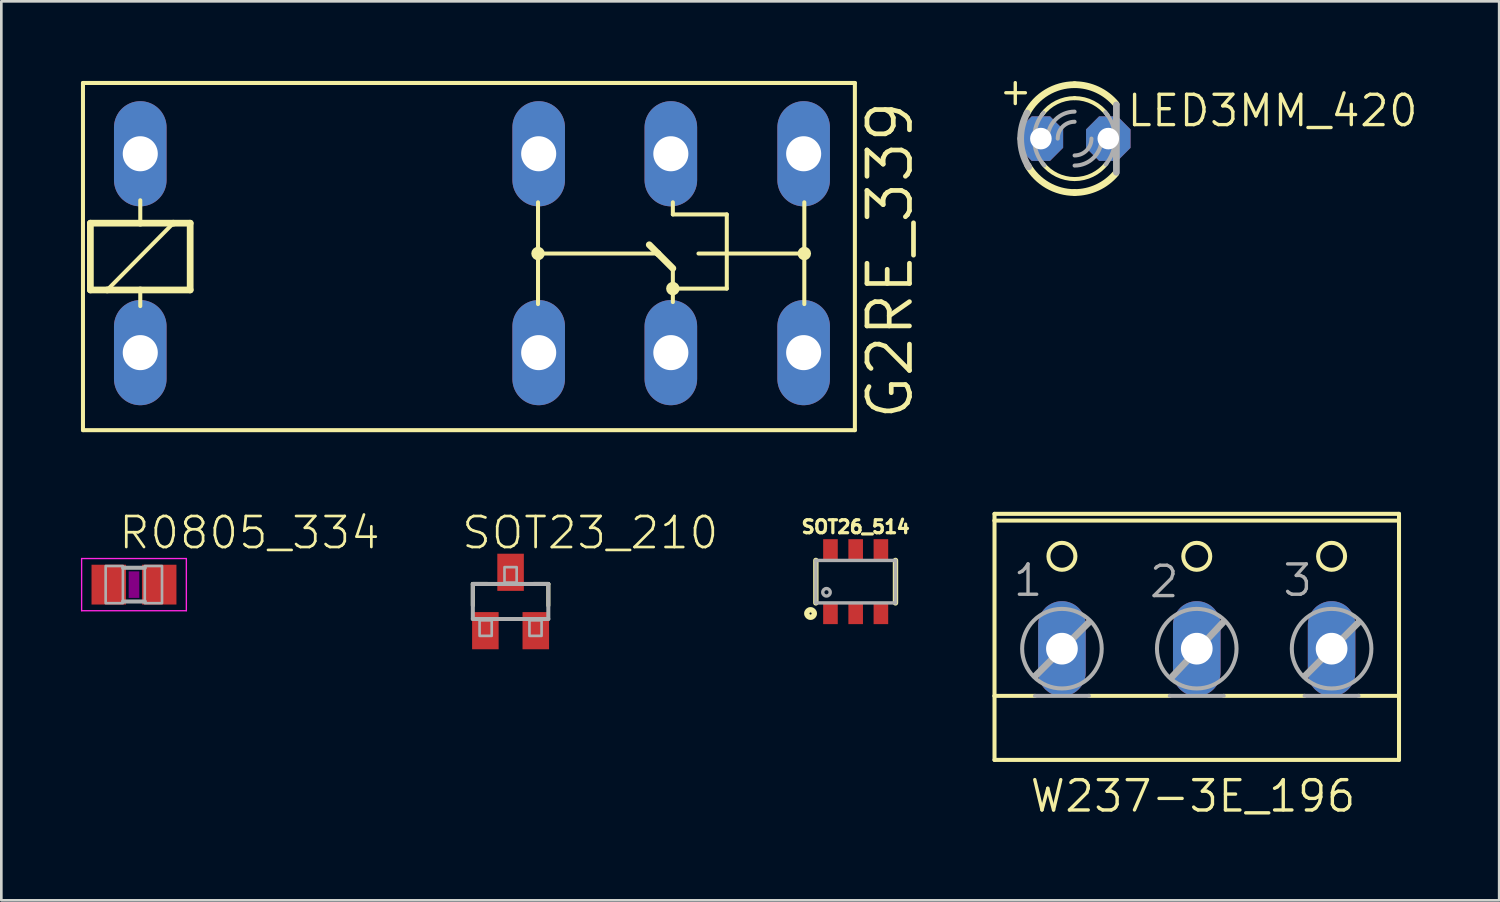
<source format=kicad_pcb>
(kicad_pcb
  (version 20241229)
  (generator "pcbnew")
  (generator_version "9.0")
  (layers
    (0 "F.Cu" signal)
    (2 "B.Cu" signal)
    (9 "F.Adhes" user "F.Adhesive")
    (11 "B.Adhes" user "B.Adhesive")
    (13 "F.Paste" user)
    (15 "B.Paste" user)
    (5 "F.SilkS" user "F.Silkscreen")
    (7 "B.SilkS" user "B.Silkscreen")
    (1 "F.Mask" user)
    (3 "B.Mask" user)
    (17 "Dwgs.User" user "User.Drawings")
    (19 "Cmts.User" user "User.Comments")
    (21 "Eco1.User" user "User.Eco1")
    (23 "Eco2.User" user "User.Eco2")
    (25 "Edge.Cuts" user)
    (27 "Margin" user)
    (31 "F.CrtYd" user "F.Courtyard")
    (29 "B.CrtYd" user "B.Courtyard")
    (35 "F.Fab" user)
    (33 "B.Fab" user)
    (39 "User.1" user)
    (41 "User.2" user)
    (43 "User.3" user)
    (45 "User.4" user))
  (footprint "R0805_334"
    (layer "F.Cu")
    (at 1.998 18.977)
    (property "Reference" "R0805_334" (at -0.635 -1.27 0) (unlocked yes) (layer "F.SilkS") (effects (font (size 1.168 1.168) (thickness 0.102)) (justify left bottom)))
    (fp_poly (pts (xy -0.2 0.5) (xy 0.2 0.5) (xy 0.2 -0.5) (xy -0.2 -0.5)) (stroke (width 0) (type default)) (fill yes) (layer "F.Adhes"))
    (fp_line (start -1.973 -0.983) (end 1.973 -0.983) (stroke (width 0.051) (type solid)) (layer "F.CrtYd"))
    (fp_line (start -1.973 0.983) (end -1.973 -0.983) (stroke (width 0.051) (type solid)) (layer "F.CrtYd"))
    (fp_line (start 1.973 -0.983) (end 1.973 0.983) (stroke (width 0.051) (type solid)) (layer "F.CrtYd"))
    (fp_line (start 1.973 0.983) (end -1.973 0.983) (stroke (width 0.051) (type solid)) (layer "F.CrtYd"))
    (fp_line (start -0.41 -0.635) (end 0.41 -0.635) (stroke (width 0.152) (type solid)) (layer "F.Fab"))
    (fp_line (start -0.41 0.635) (end 0.41 0.635) (stroke (width 0.152) (type solid)) (layer "F.Fab"))
    (fp_poly (pts (xy -1.067 0.699) (xy -0.417 0.699) (xy -0.417 -0.702) (xy -1.067 -0.702)) (stroke (width 0.1) (type default)) (fill no) (layer "F.Fab"))
    (fp_poly (pts (xy 0.406 0.699) (xy 1.056 0.699) (xy 1.056 -0.702) (xy 0.406 -0.702)) (stroke (width 0.1) (type default)) (fill no) (layer "F.Fab"))
    (pad "1" smd rect (at -0.95 0) (size 1.3 1.5) (layers "F.Cu" "F.Mask" "F.Paste"))
    (pad "2" smd rect (at 0.95 0) (size 1.3 1.5) (layers "F.Cu" "F.Mask" "F.Paste")))
  (footprint "G2RE_339"
    (layer "F.Cu")
    (at 4.775 6.553)
    (property "Reference" "G2RE_339" (at 26.645 6.299 90) (unlocked yes) (layer "F.SilkS") (effects (font (size 1.6 1.6) (thickness 0.178)) (justify left bottom)))
    (fp_line (start -4.699 6.604) (end -4.699 -6.477) (stroke (width 0.152) (type solid)) (layer "F.SilkS"))
    (fp_line (start -4.699 6.604) (end 24.384 6.604) (stroke (width 0.152) (type solid)) (layer "F.SilkS"))
    (fp_line (start -4.42 -1.194) (end -2.54 -1.194) (stroke (width 0.254) (type solid)) (layer "F.SilkS"))
    (fp_line (start -4.42 1.321) (end -4.42 -1.194) (stroke (width 0.254) (type solid)) (layer "F.SilkS"))
    (fp_line (start -3.785 1.321) (end -4.42 1.321) (stroke (width 0.254) (type solid)) (layer "F.SilkS"))
    (fp_line (start -2.54 -2.057) (end -2.54 -1.194) (stroke (width 0.152) (type solid)) (layer "F.SilkS"))
    (fp_line (start -2.54 -1.194) (end -1.295 -1.194) (stroke (width 0.254) (type solid)) (layer "F.SilkS"))
    (fp_line (start -2.54 1.321) (end -3.785 1.321) (stroke (width 0.254) (type solid)) (layer "F.SilkS"))
    (fp_line (start -2.54 1.321) (end -2.54 1.93) (stroke (width 0.152) (type solid)) (layer "F.SilkS"))
    (fp_line (start -1.295 -1.194) (end -3.785 1.321) (stroke (width 0.152) (type solid)) (layer "F.SilkS"))
    (fp_line (start -1.295 -1.194) (end -0.66 -1.194) (stroke (width 0.254) (type solid)) (layer "F.SilkS"))
    (fp_line (start -0.66 -1.194) (end -0.66 1.321) (stroke (width 0.254) (type solid)) (layer "F.SilkS"))
    (fp_line (start -0.66 1.321) (end -2.54 1.321) (stroke (width 0.254) (type solid)) (layer "F.SilkS"))
    (fp_line (start 12.446 -0.051) (end 12.446 -1.981) (stroke (width 0.152) (type solid)) (layer "F.SilkS"))
    (fp_line (start 12.446 -0.051) (end 12.446 1.854) (stroke (width 0.152) (type solid)) (layer "F.SilkS"))
    (fp_line (start 16.637 -0.381) (end 16.967 -0.051) (stroke (width 0.254) (type solid)) (layer "F.SilkS"))
    (fp_line (start 16.967 -0.051) (end 12.446 -0.051) (stroke (width 0.152) (type solid)) (layer "F.SilkS"))
    (fp_line (start 16.967 -0.051) (end 17.526 0.508) (stroke (width 0.254) (type solid)) (layer "F.SilkS"))
    (fp_line (start 17.526 -1.524) (end 17.526 -1.981) (stroke (width 0.152) (type solid)) (layer "F.SilkS"))
    (fp_line (start 17.526 -1.524) (end 19.558 -1.524) (stroke (width 0.152) (type solid)) (layer "F.SilkS"))
    (fp_line (start 17.526 1.27) (end 17.526 0.508) (stroke (width 0.152) (type solid)) (layer "F.SilkS"))
    (fp_line (start 17.526 1.778) (end 17.526 1.27) (stroke (width 0.152) (type solid)) (layer "F.SilkS"))
    (fp_line (start 18.491 -0.051) (end 22.479 -0.051) (stroke (width 0.152) (type solid)) (layer "F.SilkS"))
    (fp_line (start 19.558 1.27) (end 17.526 1.27) (stroke (width 0.152) (type solid)) (layer "F.SilkS"))
    (fp_line (start 19.558 1.27) (end 19.558 -1.524) (stroke (width 0.152) (type solid)) (layer "F.SilkS"))
    (fp_line (start 22.479 -0.051) (end 22.479 -1.981) (stroke (width 0.152) (type solid)) (layer "F.SilkS"))
    (fp_line (start 22.479 -0.051) (end 22.479 1.854) (stroke (width 0.152) (type solid)) (layer "F.SilkS"))
    (fp_line (start 24.384 -6.477) (end -4.699 -6.477) (stroke (width 0.152) (type solid)) (layer "F.SilkS"))
    (fp_line (start 24.384 -6.477) (end 24.384 6.604) (stroke (width 0.152) (type solid)) (layer "F.SilkS"))
    (fp_circle (center 12.446 -0.051) (end 12.573 -0.051) (stroke (width 0.254) (type solid)) (fill no) (layer "F.SilkS"))
    (fp_circle (center 17.526 1.27) (end 17.653 1.27) (stroke (width 0.254) (type solid)) (fill no) (layer "F.SilkS"))
    (fp_circle (center 22.479 -0.051) (end 22.606 -0.051) (stroke (width 0.254) (type solid)) (fill no) (layer "F.SilkS"))
    (pad "1" thru_hole oval (at -2.54 3.683 90) (size 3.962 1.981) (drill 1.321) (layers "*.Cu" "*.Mask"))
    (pad "2" thru_hole oval (at -2.54 -3.81 90) (size 3.962 1.981) (drill 1.321) (layers "*.Cu" "*.Mask"))
    (pad "O0" thru_hole oval (at 12.471 3.683 90) (size 3.962 1.981) (drill 1.321) (layers "*.Cu" "*.Mask"))
    (pad "O1" thru_hole oval (at 12.471 -3.81 90) (size 3.962 1.981) (drill 1.321) (layers "*.Cu" "*.Mask"))
    (pad "P0" thru_hole oval (at 17.45 3.683 90) (size 3.962 1.981) (drill 1.321) (layers "*.Cu" "*.Mask"))
    (pad "P1" thru_hole oval (at 17.45 -3.81 90) (size 3.962 1.981) (drill 1.321) (layers "*.Cu" "*.Mask"))
    (pad "S0" thru_hole oval (at 22.454 3.683 90) (size 3.962 1.981) (drill 1.321) (layers "*.Cu" "*.Mask"))
    (pad "S1" thru_hole oval (at 22.454 -3.81 90) (size 3.962 1.981) (drill 1.321) (layers "*.Cu" "*.Mask")))
  (footprint "SOT26_514"
    (layer "F.Cu")
    (at 29.189 18.865)
    (property "Reference" "SOT26_514" (at 0 -1.778 0) (unlocked yes) (layer "F.SilkS") (effects (font (size 0.488 0.488) (thickness 0.122)) (justify bottom)))
    (fp_line (start -1.5 -0.8) (end -1.5 0.8) (stroke (width 0.203) (type solid)) (layer "F.SilkS"))
    (fp_line (start 1.5 -0.8) (end 1.5 0.8) (stroke (width 0.203) (type solid)) (layer "F.SilkS"))
    (fp_circle (center -1.7 1.2) (end -1.559 1.2) (stroke (width 0.203) (type solid)) (fill no) (layer "F.SilkS"))
    (fp_line (start -1.5 -0.8) (end -1.5 0.8) (stroke (width 0.127) (type solid)) (layer "F.Fab"))
    (fp_line (start -1.5 0.8) (end 1.5 0.8) (stroke (width 0.127) (type solid)) (layer "F.Fab"))
    (fp_line (start 1.5 -0.8) (end -1.5 -0.8) (stroke (width 0.127) (type solid)) (layer "F.Fab"))
    (fp_line (start 1.5 0.8) (end 1.5 -0.8) (stroke (width 0.127) (type solid)) (layer "F.Fab"))
    (fp_circle (center -1.1 0.4) (end -0.959 0.4) (stroke (width 0.127) (type solid)) (fill no) (layer "F.Fab"))
    (pad "D1" smd rect (at -0.95 -1.2) (size 0.55 0.8) (layers "F.Cu" "F.Mask" "F.Paste"))
    (pad "D2" smd rect (at 0.95 -1.2) (size 0.55 0.8) (layers "F.Cu" "F.Mask" "F.Paste"))
    (pad "G1" smd rect (at -0.95 1.2) (size 0.55 0.8) (layers "F.Cu" "F.Mask" "F.Paste"))
    (pad "G2" smd rect (at 0.95 1.2) (size 0.55 0.8) (layers "F.Cu" "F.Mask" "F.Paste"))
    (pad "S1" smd rect (at 0 -1.2 180) (size 0.55 0.8) (layers "F.Cu" "F.Mask" "F.Paste"))
    (pad "S2" smd rect (at 0 1.2) (size 0.55 0.8) (layers "F.Cu" "F.Mask" "F.Paste")))
  (footprint "SOT23_210"
    (layer "F.Cu")
    (at 16.187 19.612)
    (property "Reference" "SOT23_210" (at -1.905 -1.905 0) (unlocked yes) (layer "F.SilkS") (effects (font (size 1.168 1.168) (thickness 0.102)) (justify left bottom)))
    (fp_line (start -1.422 -0.66) (end -0.864 -0.66) (stroke (width 0.152) (type solid)) (layer "F.SilkS"))
    (fp_line (start -1.422 0.152) (end -1.422 -0.66) (stroke (width 0.152) (type solid)) (layer "F.SilkS"))
    (fp_line (start 0.864 -0.66) (end 1.422 -0.66) (stroke (width 0.152) (type solid)) (layer "F.SilkS"))
    (fp_line (start 1.422 -0.66) (end 1.422 0.152) (stroke (width 0.152) (type solid)) (layer "F.SilkS"))
    (fp_line (start -1.422 -0.66) (end 1.422 -0.66) (stroke (width 0.152) (type solid)) (layer "F.Fab"))
    (fp_line (start -1.422 0.66) (end -1.422 -0.66) (stroke (width 0.152) (type solid)) (layer "F.Fab"))
    (fp_line (start 1.422 -0.66) (end 1.422 0.66) (stroke (width 0.152) (type solid)) (layer "F.Fab"))
    (fp_line (start 1.422 0.66) (end -1.422 0.66) (stroke (width 0.152) (type solid)) (layer "F.Fab"))
    (fp_poly (pts (xy -1.168 1.295) (xy -0.711 1.295) (xy -0.711 0.711) (xy -1.168 0.711)) (stroke (width 0.1) (type default)) (fill no) (layer "F.Fab"))
    (fp_poly (pts (xy -0.229 -0.711) (xy 0.229 -0.711) (xy 0.229 -1.295) (xy -0.229 -1.295)) (stroke (width 0.1) (type default)) (fill no) (layer "F.Fab"))
    (fp_poly (pts (xy 0.711 1.295) (xy 1.168 1.295) (xy 1.168 0.711) (xy 0.711 0.711)) (stroke (width 0.1) (type default)) (fill no) (layer "F.Fab"))
    (pad "1" smd rect (at -0.95 1.1) (size 1 1.4) (layers "F.Cu" "F.Mask" "F.Paste"))
    (pad "2" smd rect (at 0.95 1.1) (size 1 1.4) (layers "F.Cu" "F.Mask" "F.Paste"))
    (pad "3" smd rect (at 0 -1.1) (size 1 1.4) (layers "F.Cu" "F.Mask" "F.Paste")))
  (footprint "LED3MM_420"
    (layer "F.Cu")
    (at 37.437 2.172)
    (property "Reference" "LED3MM_420" (at 1.905 -0.381 0) (unlocked yes) (layer "F.SilkS") (effects (font (size 1.143 1.143) (thickness 0.127)) (justify left bottom)))
    (fp_line (start -2.591 -1.727) (end -1.854 -1.727) (stroke (width 0.127) (type solid)) (layer "F.SilkS"))
    (fp_line (start -2.235 -1.321) (end -2.235 -2.108) (stroke (width 0.127) (type solid)) (layer "F.SilkS"))
    (fp_arc (start -1.7929 -0.9562) (mid -1.045438 -1.7424) (end 0 -2.032) (stroke (width 0.254) (type solid)) (layer "F.SilkS"))
    (fp_arc (start -1.2192 -0.9144) (mid -0.681554 -1.363107) (end 0 -1.524) (stroke (width 0.1524) (type solid)) (layer "F.SilkS"))
    (fp_arc (start 0 -2.032) (mid 0.861864 -1.840173) (end 1.561 -1.3009) (stroke (width 0.254) (type solid)) (layer "F.SilkS"))
    (fp_arc (start 0 -1.524) (mid 0.697339 -1.355082) (end 1.2401 -0.885801) (stroke (width 0.1524) (type solid)) (layer "F.SilkS"))
    (fp_arc (start 0 1.524) (mid -0.669593 1.369018) (end -1.203 0.9356) (stroke (width 0.1524) (type solid)) (layer "F.SilkS"))
    (fp_arc (start 0 2.032) (mid -1.019924 1.757525) (end -1.7643 1.0082) (stroke (width 0.254) (type solid)) (layer "F.SilkS"))
    (fp_arc (start 1.203 0.9356) (mid 0.669593 1.369018) (end 0 1.524) (stroke (width 0.1524) (type solid)) (layer "F.SilkS"))
    (fp_arc (start 1.5512 1.3126) (mid 0.854953 1.843405) (end 0 2.032) (stroke (width 0.254) (type solid)) (layer "F.SilkS"))
    (fp_line (start 1.575 1.27) (end 1.575 -1.27) (stroke (width 0.254) (type solid)) (layer "F.Fab"))
    (fp_arc (start -2.032 0) (mid -1.970339 -0.496775) (end -1.7891 -0.9634) (stroke (width 0.254) (type solid)) (layer "F.Fab"))
    (fp_arc (start -1.7306 1.065) (mid -1.95521 0.553417) (end -2.032 0) (stroke (width 0.254) (type solid)) (layer "F.Fab"))
    (fp_arc (start -1.524 0) (mid -1.432981 -0.518783) (end -1.1708 -0.9756) (stroke (width 0.1524) (type solid)) (layer "F.Fab"))
    (fp_arc (start -1.1391 1.0125) (mid -1.42454 0.5416) (end -1.524 0) (stroke (width 0.1524) (type solid)) (layer "F.Fab"))
    (fp_arc (start -1.016 0) (mid -0.71842 -0.71842) (end 0 -1.016) (stroke (width 0.1524) (type solid)) (layer "F.Fab"))
    (fp_arc (start -0.635 0) (mid -0.449013 -0.449013) (end 0 -0.635) (stroke (width 0.1524) (type solid)) (layer "F.Fab"))
    (fp_arc (start 0.635 0) (mid 0.449013 0.449013) (end 0 0.635) (stroke (width 0.1524) (type solid)) (layer "F.Fab"))
    (fp_arc (start 1.016 0) (mid 0.71842 0.71842) (end 0 1.016) (stroke (width 0.1524) (type solid)) (layer "F.Fab"))
    (fp_arc (start 1.1571 -0.9918) (mid 1.429332 -0.528744) (end 1.524 0) (stroke (width 0.1524) (type solid)) (layer "F.Fab"))
    (fp_arc (start 1.524 0) (mid 1.432981 0.518783) (end 1.1708 0.9756) (stroke (width 0.1524) (type solid)) (layer "F.Fab"))
    (pad "A" thru_hole roundrect (at -1.27 0) (size 1.676 1.676) (drill 0.813) (layers "*.Cu" "*.Mask") (roundrect_rratio 0.25) (chamfer_ratio 0.293) (chamfer top_left top_right bottom_left bottom_right))
    (pad "K" thru_hole roundrect (at 1.27 0) (size 1.676 1.676) (drill 0.813) (layers "*.Cu" "*.Mask") (roundrect_rratio 0.25) (chamfer_ratio 0.293) (chamfer top_left top_right bottom_left bottom_right)))
  (footprint "W237-3E_196"
    (layer "F.Cu")
    (at 42.04 20.755)
    (property "Reference" "W237-3E_196" (at -6.35 6.858 0) (unlocked yes) (layer "F.SilkS") (effects (font (size 1.143 1.143) (thickness 0.127)) (justify left bottom)))
    (fp_line (start -7.62 -4.191) (end -7.62 -4.445) (stroke (width 0.152) (type solid)) (layer "F.SilkS"))
    (fp_line (start -7.62 -4.191) (end 7.62 -4.191) (stroke (width 0.152) (type solid)) (layer "F.SilkS"))
    (fp_line (start -7.62 2.413) (end -7.62 -4.191) (stroke (width 0.152) (type solid)) (layer "F.SilkS"))
    (fp_line (start -7.62 2.413) (end -6.096 2.413) (stroke (width 0.152) (type solid)) (layer "F.SilkS"))
    (fp_line (start -7.62 4.826) (end -7.62 2.413) (stroke (width 0.152) (type solid)) (layer "F.SilkS"))
    (fp_line (start -7.62 4.826) (end 7.62 4.826) (stroke (width 0.152) (type solid)) (layer "F.SilkS"))
    (fp_line (start -4.064 2.413) (end -1.016 2.413) (stroke (width 0.152) (type solid)) (layer "F.SilkS"))
    (fp_line (start 1.016 2.413) (end 4.064 2.413) (stroke (width 0.152) (type solid)) (layer "F.SilkS"))
    (fp_line (start 6.096 2.413) (end 7.62 2.413) (stroke (width 0.152) (type solid)) (layer "F.SilkS"))
    (fp_line (start 7.62 -4.445) (end -7.62 -4.445) (stroke (width 0.152) (type solid)) (layer "F.SilkS"))
    (fp_line (start 7.62 -4.445) (end 7.62 -4.191) (stroke (width 0.152) (type solid)) (layer "F.SilkS"))
    (fp_line (start 7.62 -4.191) (end 7.62 2.413) (stroke (width 0.152) (type solid)) (layer "F.SilkS"))
    (fp_line (start 7.62 2.413) (end 7.62 4.826) (stroke (width 0.152) (type solid)) (layer "F.SilkS"))
    (fp_circle (center -5.08 -2.845) (end -4.572 -2.845) (stroke (width 0.152) (type solid)) (fill no) (layer "F.SilkS"))
    (fp_circle (center 0 -2.845) (end 0.508 -2.845) (stroke (width 0.152) (type solid)) (fill no) (layer "F.SilkS"))
    (fp_circle (center 5.08 -2.845) (end 5.588 -2.845) (stroke (width 0.152) (type solid)) (fill no) (layer "F.SilkS"))
    (fp_line (start -6.096 2.413) (end -4.064 2.413) (stroke (width 0.152) (type solid)) (layer "F.Fab"))
    (fp_line (start -6.071 1.651) (end -4.064 -0.356) (stroke (width 0.254) (type solid)) (layer "F.Fab"))
    (fp_line (start -1.016 2.413) (end 1.016 2.413) (stroke (width 0.152) (type solid)) (layer "F.Fab"))
    (fp_line (start -0.914 1.676) (end 0.991 -0.356) (stroke (width 0.254) (type solid)) (layer "F.Fab"))
    (fp_line (start 4.064 2.413) (end 6.096 2.413) (stroke (width 0.152) (type solid)) (layer "F.Fab"))
    (fp_line (start 4.089 1.651) (end 6.096 -0.356) (stroke (width 0.254) (type solid)) (layer "F.Fab"))
    (fp_circle (center -5.08 0.635) (end -3.581 0.635) (stroke (width 0.152) (type solid)) (fill no) (layer "F.Fab"))
    (fp_circle (center 0 0.635) (end 1.499 0.635) (stroke (width 0.152) (type solid)) (fill no) (layer "F.Fab"))
    (fp_circle (center 5.08 0.635) (end 6.579 0.635) (stroke (width 0.152) (type solid)) (fill no) (layer "F.Fab"))
    (fp_text user "2" (at -1.854 -1.219 0) (unlocked yes) (layer "F.Fab") (effects (font (size 1.143 1.143) (thickness 0.127)) (justify left bottom)))
    (fp_text user "1" (at -6.985 -1.27 0) (unlocked yes) (layer "F.Fab") (effects (font (size 1.143 1.143) (thickness 0.127)) (justify left bottom)))
    (fp_text user "3" (at 3.175 -1.27 0) (unlocked yes) (layer "F.Fab") (effects (font (size 1.143 1.143) (thickness 0.127)) (justify left bottom)))
    (pad "1" thru_hole oval (at -5.08 0.635 90) (size 3.581 1.791) (drill 1.194) (layers "*.Cu" "*.Mask"))
    (pad "2" thru_hole oval (at 0 0.635 90) (size 3.581 1.791) (drill 1.194) (layers "*.Cu" "*.Mask"))
    (pad "3" thru_hole oval (at 5.08 0.635 90) (size 3.581 1.791) (drill 1.194) (layers "*.Cu" "*.Mask")))
  (gr_rect
    (start -3 -3)
    (end 53.434 30.872)
    (stroke (width 0.1) (type default))
    (fill no)
    (layer "Edge.Cuts")))
</source>
